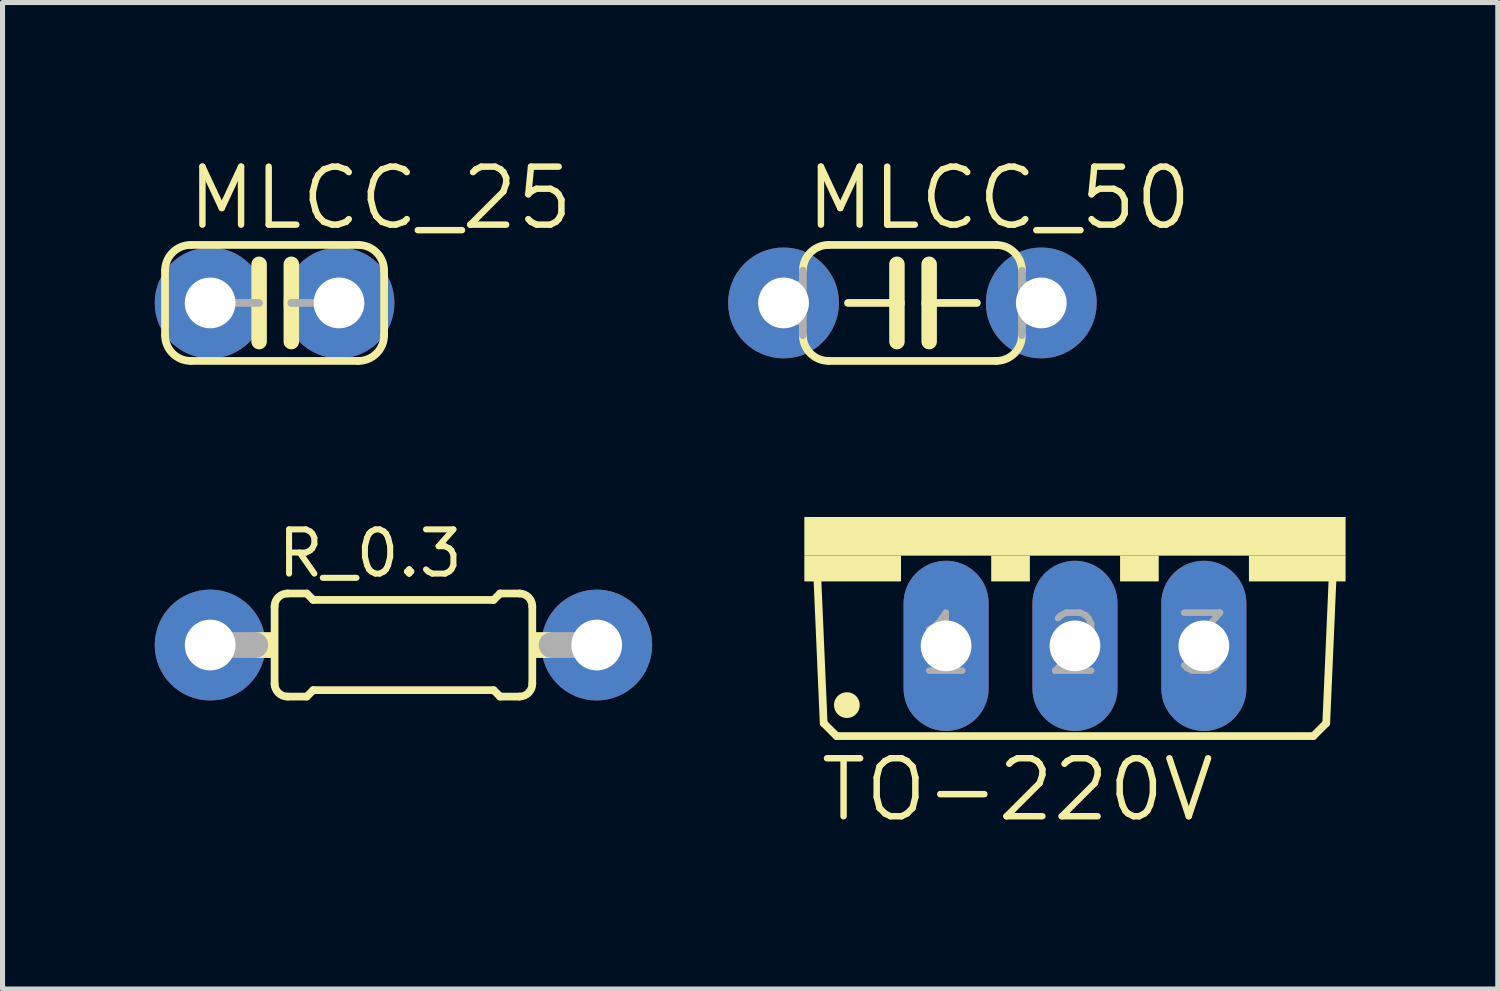
<source format=kicad_pcb>
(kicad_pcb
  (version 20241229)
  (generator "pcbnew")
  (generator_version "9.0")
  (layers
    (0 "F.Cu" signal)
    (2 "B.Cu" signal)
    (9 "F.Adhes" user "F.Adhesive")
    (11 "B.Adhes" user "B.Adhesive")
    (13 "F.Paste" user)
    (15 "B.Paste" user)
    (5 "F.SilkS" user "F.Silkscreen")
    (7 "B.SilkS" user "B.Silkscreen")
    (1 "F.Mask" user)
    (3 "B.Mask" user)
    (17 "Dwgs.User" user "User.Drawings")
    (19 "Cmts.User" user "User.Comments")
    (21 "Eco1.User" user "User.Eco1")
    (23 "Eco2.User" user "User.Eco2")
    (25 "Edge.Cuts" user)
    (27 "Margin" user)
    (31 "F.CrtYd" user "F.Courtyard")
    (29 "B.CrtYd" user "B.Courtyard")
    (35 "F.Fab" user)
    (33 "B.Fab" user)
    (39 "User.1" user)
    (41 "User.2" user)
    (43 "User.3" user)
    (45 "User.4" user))
  (footprint "R_0.3"
    (layer "F.Cu")
    (at 4.902 9.664)
    (property "Reference" "R_0.3" (at -2.54 -1.295 0) (layer "F.SilkS") (effects (font (size 0.872 0.872) (thickness 0.119)) (justify left bottom)))
    (fp_line (start -2.54 0.762) (end -2.54 -0.762) (stroke (width 0.152) (type solid)) (layer "F.SilkS"))
    (fp_line (start -2.286 -1.016) (end -1.905 -1.016) (stroke (width 0.152) (type solid)) (layer "F.SilkS"))
    (fp_line (start -2.286 1.016) (end -1.905 1.016) (stroke (width 0.152) (type solid)) (layer "F.SilkS"))
    (fp_line (start -1.778 -0.889) (end -1.905 -1.016) (stroke (width 0.152) (type solid)) (layer "F.SilkS"))
    (fp_line (start -1.778 0.889) (end -1.905 1.016) (stroke (width 0.152) (type solid)) (layer "F.SilkS"))
    (fp_line (start 1.778 -0.889) (end -1.778 -0.889) (stroke (width 0.152) (type solid)) (layer "F.SilkS"))
    (fp_line (start 1.778 -0.889) (end 1.905 -1.016) (stroke (width 0.152) (type solid)) (layer "F.SilkS"))
    (fp_line (start 1.778 0.889) (end -1.778 0.889) (stroke (width 0.152) (type solid)) (layer "F.SilkS"))
    (fp_line (start 1.778 0.889) (end 1.905 1.016) (stroke (width 0.152) (type solid)) (layer "F.SilkS"))
    (fp_line (start 2.286 -1.016) (end 1.905 -1.016) (stroke (width 0.152) (type solid)) (layer "F.SilkS"))
    (fp_line (start 2.286 1.016) (end 1.905 1.016) (stroke (width 0.152) (type solid)) (layer "F.SilkS"))
    (fp_line (start 2.54 0.762) (end 2.54 -0.762) (stroke (width 0.152) (type solid)) (layer "F.SilkS"))
    (fp_arc (start -2.54 -0.762) (mid -2.465605 -0.941605) (end -2.286 -1.016) (stroke (width 0.1524) (type solid)) (layer "F.SilkS"))
    (fp_arc (start -2.286 1.016) (mid -2.465605 0.941605) (end -2.54 0.762) (stroke (width 0.1524) (type solid)) (layer "F.SilkS"))
    (fp_arc (start 2.286 -1.016) (mid 2.465605 -0.941605) (end 2.54 -0.762) (stroke (width 0.1524) (type solid)) (layer "F.SilkS"))
    (fp_arc (start 2.54 0.762) (mid 2.465605 0.941605) (end 2.286 1.016) (stroke (width 0.1524) (type solid)) (layer "F.SilkS"))
    (fp_poly (pts (xy -2.921 0.254) (xy -2.54 0.254) (xy -2.54 -0.254) (xy -2.921 -0.254)) (stroke (width 0) (type default)) (fill yes) (layer "F.SilkS"))
    (fp_poly (pts (xy 2.54 0.254) (xy 2.921 0.254) (xy 2.921 -0.254) (xy 2.54 -0.254)) (stroke (width 0) (type default)) (fill yes) (layer "F.SilkS"))
    (fp_line (start -3.81 0) (end -2.921 0) (stroke (width 0.508) (type solid)) (layer "F.Fab"))
    (fp_line (start 3.81 0) (end 2.921 0) (stroke (width 0.508) (type solid)) (layer "F.Fab"))
    (pad "1" thru_hole circle (at -3.81 0) (size 2.184 2.184) (drill 1) (layers "*.Cu" "*.Mask"))
    (pad "2" thru_hole circle (at 3.81 0) (size 2.184 2.184) (drill 1) (layers "*.Cu" "*.Mask")))
  (footprint "MLCC_25"
    (layer "F.Cu")
    (at 2.362 2.921)
    (property "Reference" "MLCC_25" (at -1.778 -1.397 0) (layer "F.SilkS") (effects (font (size 1.143 1.143) (thickness 0.127)) (justify left bottom)))
    (fp_line (start -2.159 0.635) (end -2.159 -0.635) (stroke (width 0.152) (type solid)) (layer "F.SilkS"))
    (fp_line (start -0.305 -0.762) (end -0.305 0.762) (stroke (width 0.305) (type solid)) (layer "F.SilkS"))
    (fp_line (start 0.33 -0.762) (end 0.33 0.762) (stroke (width 0.305) (type solid)) (layer "F.SilkS"))
    (fp_line (start 1.651 -1.143) (end -1.651 -1.143) (stroke (width 0.152) (type solid)) (layer "F.SilkS"))
    (fp_line (start 1.651 1.143) (end -1.651 1.143) (stroke (width 0.152) (type solid)) (layer "F.SilkS"))
    (fp_line (start 2.159 0.635) (end 2.159 -0.635) (stroke (width 0.152) (type solid)) (layer "F.SilkS"))
    (fp_arc (start -2.159 -0.635) (mid -2.01021 -0.99421) (end -1.651 -1.143) (stroke (width 0.1524) (type solid)) (layer "F.SilkS"))
    (fp_arc (start -1.651 1.143) (mid -2.01021 0.99421) (end -2.159 0.635) (stroke (width 0.1524) (type solid)) (layer "F.SilkS"))
    (fp_arc (start 1.651 -1.143) (mid 2.01021 -0.99421) (end 2.159 -0.635) (stroke (width 0.1524) (type solid)) (layer "F.SilkS"))
    (fp_arc (start 2.159 0.635) (mid 2.01021 0.99421) (end 1.651 1.143) (stroke (width 0.1524) (type solid)) (layer "F.SilkS"))
    (fp_line (start -1.27 0) (end -0.305 0) (stroke (width 0.152) (type solid)) (layer "F.Fab"))
    (fp_line (start 1.27 0) (end 0.33 0) (stroke (width 0.152) (type solid)) (layer "F.Fab"))
    (pad "1" thru_hole circle (at -1.27 0) (size 2.184 2.184) (drill 1) (layers "*.Cu" "*.Mask"))
    (pad "2" thru_hole circle (at 1.27 0) (size 2.184 2.184) (drill 1) (layers "*.Cu" "*.Mask")))
  (footprint "TO-220V"
    (layer "F.Cu")
    (at 18.138 9.68)
    (property "Reference" "TO-220V" (at -5.08 3.505 0) (layer "F.SilkS") (effects (font (size 1.143 1.143) (thickness 0.127)) (justify left bottom)))
    (fp_line (start -4.953 1.524) (end -5.08 -1.397) (stroke (width 0.152) (type solid)) (layer "F.SilkS"))
    (fp_line (start -4.953 1.524) (end -4.699 1.778) (stroke (width 0.152) (type solid)) (layer "F.SilkS"))
    (fp_line (start 4.699 1.778) (end -4.699 1.778) (stroke (width 0.152) (type solid)) (layer "F.SilkS"))
    (fp_line (start 4.699 1.778) (end 4.953 1.524) (stroke (width 0.152) (type solid)) (layer "F.SilkS"))
    (fp_line (start 5.08 -1.397) (end 4.953 1.524) (stroke (width 0.152) (type solid)) (layer "F.SilkS"))
    (fp_circle (center -4.496 1.168) (end -4.369 1.168) (stroke (width 0.254) (type solid)) (fill yes) (layer "F.SilkS"))
    (fp_poly (pts (xy -5.334 -1.778) (xy 5.334 -1.778) (xy 5.334 -2.54) (xy -5.334 -2.54)) (stroke (width 0) (type default)) (fill yes) (layer "F.SilkS"))
    (fp_poly (pts (xy -5.334 -1.27) (xy -3.429 -1.27) (xy -3.429 -1.778) (xy -5.334 -1.778)) (stroke (width 0) (type default)) (fill yes) (layer "F.SilkS"))
    (fp_poly (pts (xy -1.651 -1.27) (xy -0.889 -1.27) (xy -0.889 -1.778) (xy -1.651 -1.778)) (stroke (width 0) (type default)) (fill yes) (layer "F.SilkS"))
    (fp_poly (pts (xy 0.889 -1.27) (xy 1.651 -1.27) (xy 1.651 -1.778) (xy 0.889 -1.778)) (stroke (width 0) (type default)) (fill yes) (layer "F.SilkS"))
    (fp_poly (pts (xy 3.429 -1.27) (xy 5.334 -1.27) (xy 5.334 -1.778) (xy 3.429 -1.778)) (stroke (width 0) (type default)) (fill yes) (layer "F.SilkS"))
    (fp_text user "2" (at -0.635 0.635 0) (layer "F.Fab") (effects (font (size 1.143 1.143) (thickness 0.127)) (justify left bottom)))
    (fp_text user "1" (at -3.175 0.635 0) (layer "F.Fab") (effects (font (size 1.143 1.143) (thickness 0.127)) (justify left bottom)))
    (fp_text user "3" (at 1.905 0.635 0) (layer "F.Fab") (effects (font (size 1.143 1.143) (thickness 0.127)) (justify left bottom)))
    (pad "1" thru_hole oval (at -2.54 0 90) (size 3.353 1.676) (drill 1) (layers "*.Cu" "*.Mask"))
    (pad "2" thru_hole oval (at 0 0 90) (size 3.353 1.676) (drill 1) (layers "*.Cu" "*.Mask"))
    (pad "3" thru_hole oval (at 2.54 0 90) (size 3.353 1.676) (drill 1) (layers "*.Cu" "*.Mask")))
  (footprint "MLCC_50"
    (layer "F.Cu")
    (at 14.934 2.921)
    (property "Reference" "MLCC_50" (at -2.159 -1.397 0) (layer "F.SilkS") (effects (font (size 1.143 1.143) (thickness 0.127)) (justify left bottom)))
    (fp_line (start -1.27 0) (end -0.305 0) (stroke (width 0.152) (type solid)) (layer "F.SilkS"))
    (fp_line (start -0.305 -0.762) (end -0.305 0) (stroke (width 0.305) (type solid)) (layer "F.SilkS"))
    (fp_line (start -0.305 0) (end -0.305 0.762) (stroke (width 0.305) (type solid)) (layer "F.SilkS"))
    (fp_line (start 0.33 -0.762) (end 0.33 0) (stroke (width 0.305) (type solid)) (layer "F.SilkS"))
    (fp_line (start 0.33 0) (end 0.33 0.762) (stroke (width 0.305) (type solid)) (layer "F.SilkS"))
    (fp_line (start 1.27 0) (end 0.33 0) (stroke (width 0.152) (type solid)) (layer "F.SilkS"))
    (fp_line (start 1.651 -1.143) (end -1.651 -1.143) (stroke (width 0.152) (type solid)) (layer "F.SilkS"))
    (fp_line (start 1.651 1.143) (end -1.651 1.143) (stroke (width 0.152) (type solid)) (layer "F.SilkS"))
    (fp_arc (start -2.159 -0.635) (mid -2.01021 -0.99421) (end -1.651 -1.143) (stroke (width 0.1524) (type solid)) (layer "F.SilkS"))
    (fp_arc (start -1.651 1.143) (mid -2.01021 0.99421) (end -2.159 0.635) (stroke (width 0.1524) (type solid)) (layer "F.SilkS"))
    (fp_arc (start 1.651 -1.143) (mid 2.01021 -0.99421) (end 2.159 -0.635) (stroke (width 0.1524) (type solid)) (layer "F.SilkS"))
    (fp_arc (start 2.159 0.635) (mid 2.01021 0.99421) (end 1.651 1.143) (stroke (width 0.1524) (type solid)) (layer "F.SilkS"))
    (fp_line (start -2.159 0.635) (end -2.159 -0.635) (stroke (width 0.152) (type solid)) (layer "F.Fab"))
    (fp_line (start 2.159 0.635) (end 2.159 -0.635) (stroke (width 0.152) (type solid)) (layer "F.Fab"))
    (fp_poly (pts (xy -2.54 0.381) (xy -2.159 0.381) (xy -2.159 -0.381) (xy -2.54 -0.381)) (stroke (width 0.1) (type default)) (fill no) (layer "F.Fab"))
    (fp_poly (pts (xy 2.159 0.381) (xy 2.54 0.381) (xy 2.54 -0.381) (xy 2.159 -0.381)) (stroke (width 0.1) (type default)) (fill no) (layer "F.Fab"))
    (pad "1" thru_hole circle (at -2.54 0) (size 2.184 2.184) (drill 1) (layers "*.Cu" "*.Mask"))
    (pad "2" thru_hole circle (at 2.54 0) (size 2.184 2.184) (drill 1) (layers "*.Cu" "*.Mask")))
  (gr_rect
    (start -3 -3)
    (end 26.472 16.444)
    (stroke (width 0.1) (type default))
    (fill no)
    (layer "Edge.Cuts")))
</source>
